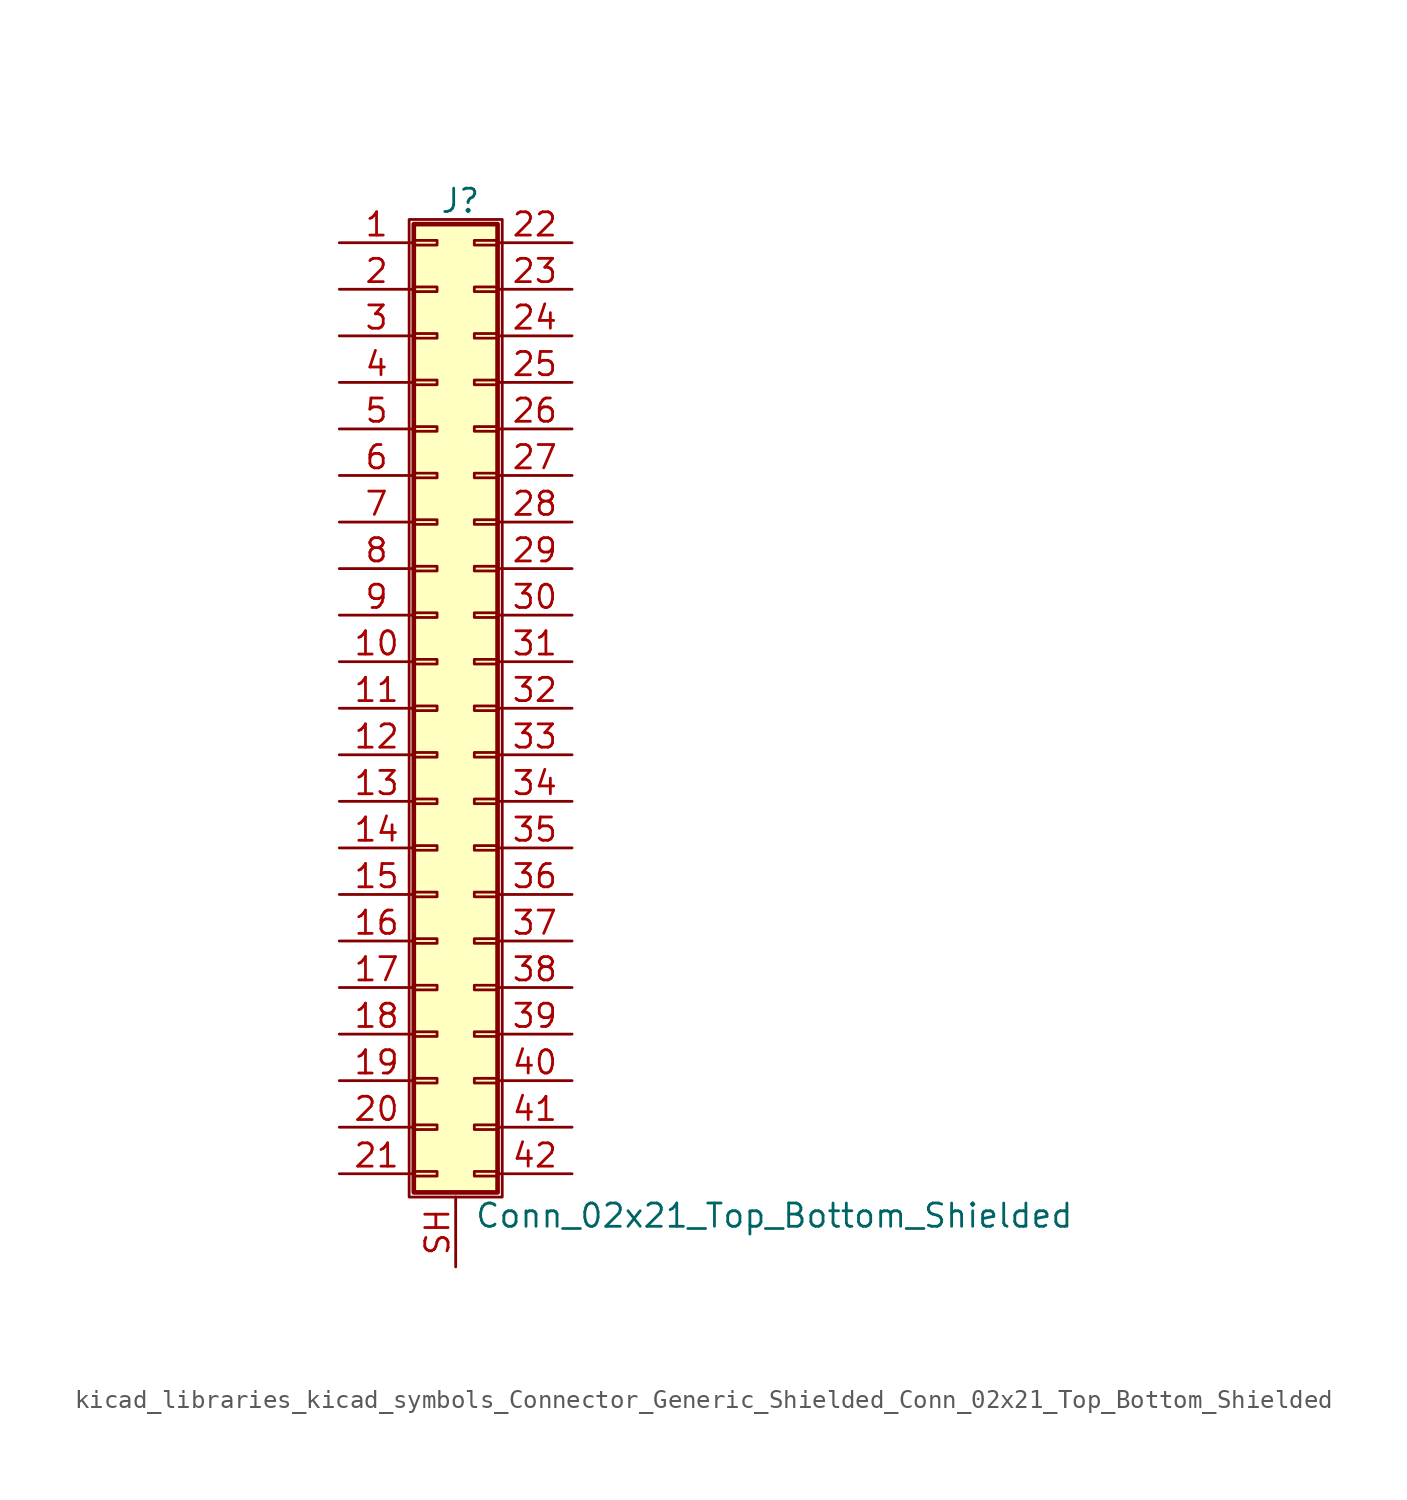
<source format=kicad_sym>
(kicad_symbol_lib
  (version 20220914)
  (generator kicad_symbol_editor)
  (symbol "kicad_libraries_kicad_symbols_Connector_Generic_Shielded_Conn_02x21_Top_Bottom_Shielded"
    (pin_names
      (offset 1.016) hide)
    (property "Reference" "J"
      (at 1.524 27.686 0)
      (effects (font (size 1.27 1.27))))
    (property "Value" "Conn_02x21_Top_Bottom_Shielded"
      (at 2.286 -27.686 0)
      (effects (font (size 1.27 1.27)) (justify left)))
    (symbol "kicad_libraries_kicad_symbols_Connector_Generic_Shielded_Conn_02x21_Top_Bottom_Shielded_1_1"
      (rectangle (start -1.27 26.67) (end 3.81 -26.67) (stroke (width 0.152) (type default)) (fill (type none)))
      (rectangle (start -1.016 -25.273) (end 0.254 -25.527) (stroke (width 0.152) (type default)) (fill (type none)))
      (rectangle (start -1.016 -22.733) (end 0.254 -22.987) (stroke (width 0.152) (type default)) (fill (type none)))
      (rectangle (start -1.016 -20.193) (end 0.254 -20.447) (stroke (width 0.152) (type default)) (fill (type none)))
      (rectangle (start -1.016 -17.653) (end 0.254 -17.907) (stroke (width 0.152) (type default)) (fill (type none)))
      (rectangle (start -1.016 -15.113) (end 0.254 -15.367) (stroke (width 0.152) (type default)) (fill (type none)))
      (rectangle (start -1.016 -12.573) (end 0.254 -12.827) (stroke (width 0.152) (type default)) (fill (type none)))
      (rectangle (start -1.016 -10.033) (end 0.254 -10.287) (stroke (width 0.152) (type default)) (fill (type none)))
      (rectangle (start -1.016 -7.493) (end 0.254 -7.747) (stroke (width 0.152) (type default)) (fill (type none)))
      (rectangle (start -1.016 -4.953) (end 0.254 -5.207) (stroke (width 0.152) (type default)) (fill (type none)))
      (rectangle (start -1.016 -2.413) (end 0.254 -2.667) (stroke (width 0.152) (type default)) (fill (type none)))
      (rectangle (start -1.016 0.127) (end 0.254 -0.127) (stroke (width 0.152) (type default)) (fill (type none)))
      (rectangle (start -1.016 2.667) (end 0.254 2.413) (stroke (width 0.152) (type default)) (fill (type none)))
      (rectangle (start -1.016 5.207) (end 0.254 4.953) (stroke (width 0.152) (type default)) (fill (type none)))
      (rectangle (start -1.016 7.747) (end 0.254 7.493) (stroke (width 0.152) (type default)) (fill (type none)))
      (rectangle (start -1.016 10.287) (end 0.254 10.033) (stroke (width 0.152) (type default)) (fill (type none)))
      (rectangle (start -1.016 12.827) (end 0.254 12.573) (stroke (width 0.152) (type default)) (fill (type none)))
      (rectangle (start -1.016 15.367) (end 0.254 15.113) (stroke (width 0.152) (type default)) (fill (type none)))
      (rectangle (start -1.016 17.907) (end 0.254 17.653) (stroke (width 0.152) (type default)) (fill (type none)))
      (rectangle (start -1.016 20.447) (end 0.254 20.193) (stroke (width 0.152) (type default)) (fill (type none)))
      (rectangle (start -1.016 22.987) (end 0.254 22.733) (stroke (width 0.152) (type default)) (fill (type none)))
      (rectangle (start -1.016 25.527) (end 0.254 25.273) (stroke (width 0.152) (type default)) (fill (type none)))
      (rectangle (start -1.016 26.416) (end 3.556 -26.416) (stroke (width 0.254) (type default)) (fill (type background)))
      (rectangle (start 3.556 -25.273) (end 2.286 -25.527) (stroke (width 0.152) (type default)) (fill (type none)))
      (rectangle (start 3.556 -22.733) (end 2.286 -22.987) (stroke (width 0.152) (type default)) (fill (type none)))
      (rectangle (start 3.556 -20.193) (end 2.286 -20.447) (stroke (width 0.152) (type default)) (fill (type none)))
      (rectangle (start 3.556 -17.653) (end 2.286 -17.907) (stroke (width 0.152) (type default)) (fill (type none)))
      (rectangle (start 3.556 -15.113) (end 2.286 -15.367) (stroke (width 0.152) (type default)) (fill (type none)))
      (rectangle (start 3.556 -12.573) (end 2.286 -12.827) (stroke (width 0.152) (type default)) (fill (type none)))
      (rectangle (start 3.556 -10.033) (end 2.286 -10.287) (stroke (width 0.152) (type default)) (fill (type none)))
      (rectangle (start 3.556 -7.493) (end 2.286 -7.747) (stroke (width 0.152) (type default)) (fill (type none)))
      (rectangle (start 3.556 -4.953) (end 2.286 -5.207) (stroke (width 0.152) (type default)) (fill (type none)))
      (rectangle (start 3.556 -2.413) (end 2.286 -2.667) (stroke (width 0.152) (type default)) (fill (type none)))
      (rectangle (start 3.556 0.127) (end 2.286 -0.127) (stroke (width 0.152) (type default)) (fill (type none)))
      (rectangle (start 3.556 2.667) (end 2.286 2.413) (stroke (width 0.152) (type default)) (fill (type none)))
      (rectangle (start 3.556 5.207) (end 2.286 4.953) (stroke (width 0.152) (type default)) (fill (type none)))
      (rectangle (start 3.556 7.747) (end 2.286 7.493) (stroke (width 0.152) (type default)) (fill (type none)))
      (rectangle (start 3.556 10.287) (end 2.286 10.033) (stroke (width 0.152) (type default)) (fill (type none)))
      (rectangle (start 3.556 12.827) (end 2.286 12.573) (stroke (width 0.152) (type default)) (fill (type none)))
      (rectangle (start 3.556 15.367) (end 2.286 15.113) (stroke (width 0.152) (type default)) (fill (type none)))
      (rectangle (start 3.556 17.907) (end 2.286 17.653) (stroke (width 0.152) (type default)) (fill (type none)))
      (rectangle (start 3.556 20.447) (end 2.286 20.193) (stroke (width 0.152) (type default)) (fill (type none)))
      (rectangle (start 3.556 22.987) (end 2.286 22.733) (stroke (width 0.152) (type default)) (fill (type none)))
      (rectangle (start 3.556 25.527) (end 2.286 25.273) (stroke (width 0.152) (type default)) (fill (type none)))
      (pin passive line (at -5.08 25.4 0) (length 4.064) (name "Pin_1" (effects (font (size 1.27 1.27)))) (number "1" (effects (font (size 1.27 1.27)))))
      (pin passive line (at -5.08 2.54 0) (length 4.064) (name "Pin_10" (effects (font (size 1.27 1.27)))) (number "10" (effects (font (size 1.27 1.27)))))
      (pin passive line (at -5.08 0 0) (length 4.064) (name "Pin_11" (effects (font (size 1.27 1.27)))) (number "11" (effects (font (size 1.27 1.27)))))
      (pin passive line (at -5.08 -2.54 0) (length 4.064) (name "Pin_12" (effects (font (size 1.27 1.27)))) (number "12" (effects (font (size 1.27 1.27)))))
      (pin passive line (at -5.08 -5.08 0) (length 4.064) (name "Pin_13" (effects (font (size 1.27 1.27)))) (number "13" (effects (font (size 1.27 1.27)))))
      (pin passive line (at -5.08 -7.62 0) (length 4.064) (name "Pin_14" (effects (font (size 1.27 1.27)))) (number "14" (effects (font (size 1.27 1.27)))))
      (pin passive line (at -5.08 -10.16 0) (length 4.064) (name "Pin_15" (effects (font (size 1.27 1.27)))) (number "15" (effects (font (size 1.27 1.27)))))
      (pin passive line (at -5.08 -12.7 0) (length 4.064) (name "Pin_16" (effects (font (size 1.27 1.27)))) (number "16" (effects (font (size 1.27 1.27)))))
      (pin passive line (at -5.08 -15.24 0) (length 4.064) (name "Pin_17" (effects (font (size 1.27 1.27)))) (number "17" (effects (font (size 1.27 1.27)))))
      (pin passive line (at -5.08 -17.78 0) (length 4.064) (name "Pin_18" (effects (font (size 1.27 1.27)))) (number "18" (effects (font (size 1.27 1.27)))))
      (pin passive line (at -5.08 -20.32 0) (length 4.064) (name "Pin_19" (effects (font (size 1.27 1.27)))) (number "19" (effects (font (size 1.27 1.27)))))
      (pin passive line (at -5.08 22.86 0) (length 4.064) (name "Pin_2" (effects (font (size 1.27 1.27)))) (number "2" (effects (font (size 1.27 1.27)))))
      (pin passive line (at -5.08 -22.86 0) (length 4.064) (name "Pin_20" (effects (font (size 1.27 1.27)))) (number "20" (effects (font (size 1.27 1.27)))))
      (pin passive line (at -5.08 -25.4 0) (length 4.064) (name "Pin_21" (effects (font (size 1.27 1.27)))) (number "21" (effects (font (size 1.27 1.27)))))
      (pin passive line (at 7.62 25.4 180) (length 4.064) (name "Pin_22" (effects (font (size 1.27 1.27)))) (number "22" (effects (font (size 1.27 1.27)))))
      (pin passive line (at 7.62 22.86 180) (length 4.064) (name "Pin_23" (effects (font (size 1.27 1.27)))) (number "23" (effects (font (size 1.27 1.27)))))
      (pin passive line (at 7.62 20.32 180) (length 4.064) (name "Pin_24" (effects (font (size 1.27 1.27)))) (number "24" (effects (font (size 1.27 1.27)))))
      (pin passive line (at 7.62 17.78 180) (length 4.064) (name "Pin_25" (effects (font (size 1.27 1.27)))) (number "25" (effects (font (size 1.27 1.27)))))
      (pin passive line (at 7.62 15.24 180) (length 4.064) (name "Pin_26" (effects (font (size 1.27 1.27)))) (number "26" (effects (font (size 1.27 1.27)))))
      (pin passive line (at 7.62 12.7 180) (length 4.064) (name "Pin_27" (effects (font (size 1.27 1.27)))) (number "27" (effects (font (size 1.27 1.27)))))
      (pin passive line (at 7.62 10.16 180) (length 4.064) (name "Pin_28" (effects (font (size 1.27 1.27)))) (number "28" (effects (font (size 1.27 1.27)))))
      (pin passive line (at 7.62 7.62 180) (length 4.064) (name "Pin_29" (effects (font (size 1.27 1.27)))) (number "29" (effects (font (size 1.27 1.27)))))
      (pin passive line (at -5.08 20.32 0) (length 4.064) (name "Pin_3" (effects (font (size 1.27 1.27)))) (number "3" (effects (font (size 1.27 1.27)))))
      (pin passive line (at 7.62 5.08 180) (length 4.064) (name "Pin_30" (effects (font (size 1.27 1.27)))) (number "30" (effects (font (size 1.27 1.27)))))
      (pin passive line (at 7.62 2.54 180) (length 4.064) (name "Pin_31" (effects (font (size 1.27 1.27)))) (number "31" (effects (font (size 1.27 1.27)))))
      (pin passive line (at 7.62 0 180) (length 4.064) (name "Pin_32" (effects (font (size 1.27 1.27)))) (number "32" (effects (font (size 1.27 1.27)))))
      (pin passive line (at 7.62 -2.54 180) (length 4.064) (name "Pin_33" (effects (font (size 1.27 1.27)))) (number "33" (effects (font (size 1.27 1.27)))))
      (pin passive line (at 7.62 -5.08 180) (length 4.064) (name "Pin_34" (effects (font (size 1.27 1.27)))) (number "34" (effects (font (size 1.27 1.27)))))
      (pin passive line (at 7.62 -7.62 180) (length 4.064) (name "Pin_35" (effects (font (size 1.27 1.27)))) (number "35" (effects (font (size 1.27 1.27)))))
      (pin passive line (at 7.62 -10.16 180) (length 4.064) (name "Pin_36" (effects (font (size 1.27 1.27)))) (number "36" (effects (font (size 1.27 1.27)))))
      (pin passive line (at 7.62 -12.7 180) (length 4.064) (name "Pin_37" (effects (font (size 1.27 1.27)))) (number "37" (effects (font (size 1.27 1.27)))))
      (pin passive line (at 7.62 -15.24 180) (length 4.064) (name "Pin_38" (effects (font (size 1.27 1.27)))) (number "38" (effects (font (size 1.27 1.27)))))
      (pin passive line (at 7.62 -17.78 180) (length 4.064) (name "Pin_39" (effects (font (size 1.27 1.27)))) (number "39" (effects (font (size 1.27 1.27)))))
      (pin passive line (at -5.08 17.78 0) (length 4.064) (name "Pin_4" (effects (font (size 1.27 1.27)))) (number "4" (effects (font (size 1.27 1.27)))))
      (pin passive line (at 7.62 -20.32 180) (length 4.064) (name "Pin_40" (effects (font (size 1.27 1.27)))) (number "40" (effects (font (size 1.27 1.27)))))
      (pin passive line (at 7.62 -22.86 180) (length 4.064) (name "Pin_41" (effects (font (size 1.27 1.27)))) (number "41" (effects (font (size 1.27 1.27)))))
      (pin passive line (at 7.62 -25.4 180) (length 4.064) (name "Pin_42" (effects (font (size 1.27 1.27)))) (number "42" (effects (font (size 1.27 1.27)))))
      (pin passive line (at -5.08 15.24 0) (length 4.064) (name "Pin_5" (effects (font (size 1.27 1.27)))) (number "5" (effects (font (size 1.27 1.27)))))
      (pin passive line (at -5.08 12.7 0) (length 4.064) (name "Pin_6" (effects (font (size 1.27 1.27)))) (number "6" (effects (font (size 1.27 1.27)))))
      (pin passive line (at -5.08 10.16 0) (length 4.064) (name "Pin_7" (effects (font (size 1.27 1.27)))) (number "7" (effects (font (size 1.27 1.27)))))
      (pin passive line (at -5.08 7.62 0) (length 4.064) (name "Pin_8" (effects (font (size 1.27 1.27)))) (number "8" (effects (font (size 1.27 1.27)))))
      (pin passive line (at -5.08 5.08 0) (length 4.064) (name "Pin_9" (effects (font (size 1.27 1.27)))) (number "9" (effects (font (size 1.27 1.27)))))
      (pin passive line (at 1.27 -30.48 90) (length 3.81) (name "Shield" (effects (font (size 1.27 1.27)))) (number "SH" (effects (font (size 1.27 1.27))))))))
</source>
